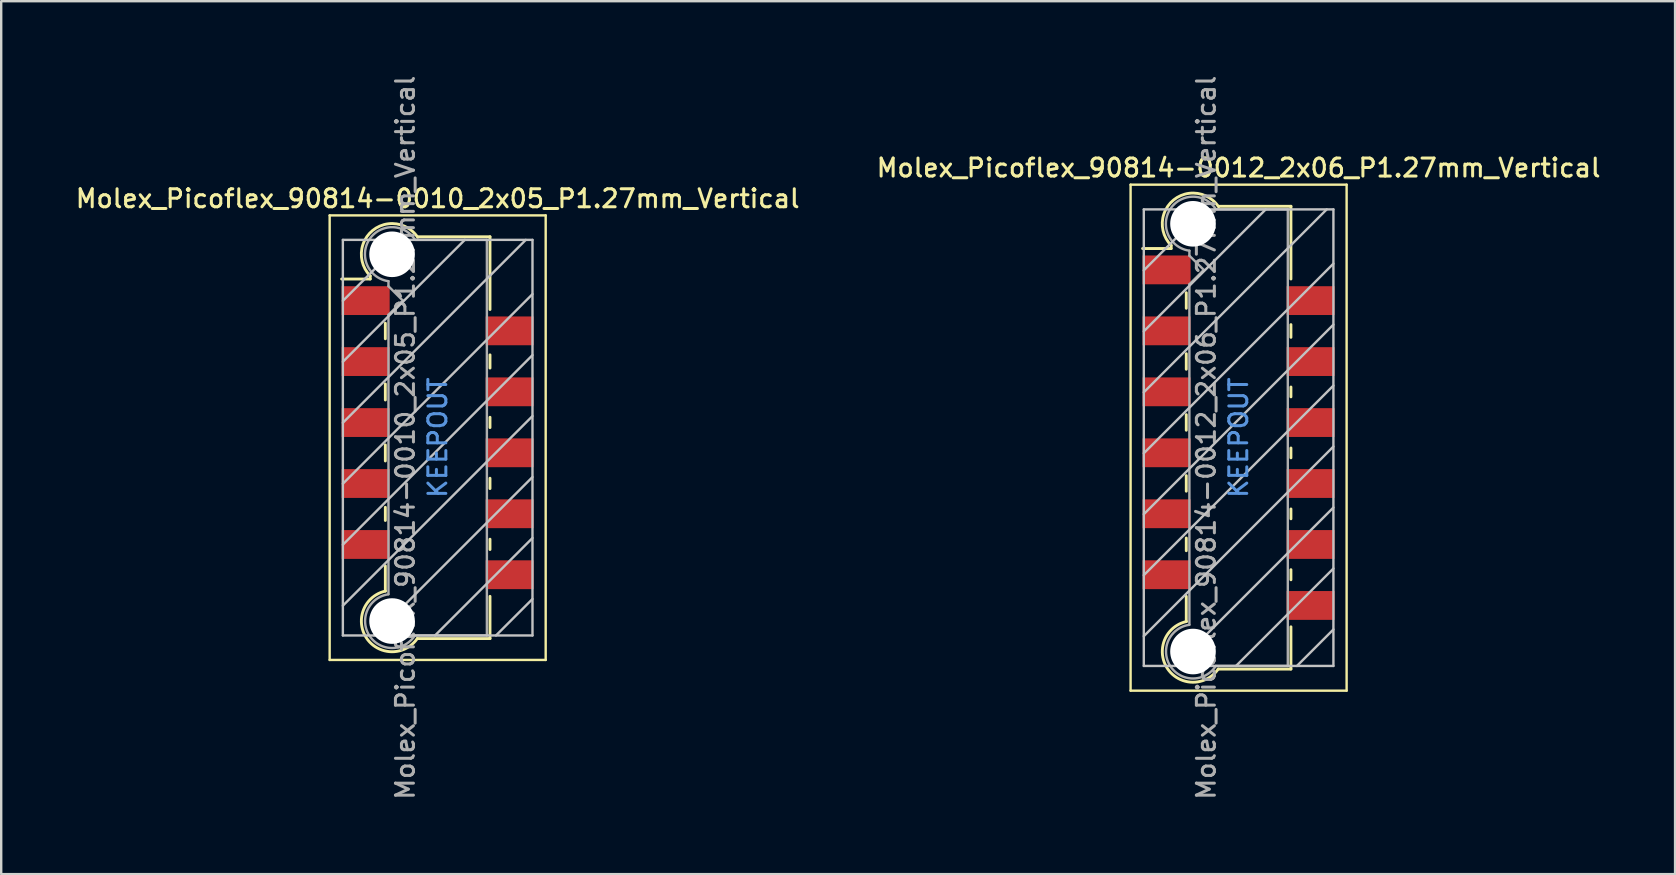
<source format=kicad_pcb>
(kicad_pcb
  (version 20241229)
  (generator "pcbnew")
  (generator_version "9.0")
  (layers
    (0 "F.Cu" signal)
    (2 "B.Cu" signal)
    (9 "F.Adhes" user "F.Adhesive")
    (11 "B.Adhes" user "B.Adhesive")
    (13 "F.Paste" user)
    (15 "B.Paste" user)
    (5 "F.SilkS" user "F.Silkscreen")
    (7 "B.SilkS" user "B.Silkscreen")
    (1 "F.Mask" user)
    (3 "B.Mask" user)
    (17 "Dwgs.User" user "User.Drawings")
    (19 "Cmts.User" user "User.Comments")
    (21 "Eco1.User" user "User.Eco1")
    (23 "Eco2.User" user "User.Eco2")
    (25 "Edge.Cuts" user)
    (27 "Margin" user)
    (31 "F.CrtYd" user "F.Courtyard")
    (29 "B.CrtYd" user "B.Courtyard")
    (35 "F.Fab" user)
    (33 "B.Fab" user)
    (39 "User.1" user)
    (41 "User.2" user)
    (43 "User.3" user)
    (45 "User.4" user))
  (footprint "Molex_Picoflex_90814-0010_2x05_P1.27mm_Vertical"
    (layer "F.Cu")
    (at 15.184 15.184)
    (property "Reference" "Molex_Picoflex_90814-0010_2x05_P1.27mm_Vertical" (at 0 -9.96 0) (layer "F.SilkS") (effects (font (size 0.75 0.75) (thickness 0.125))))
    (attr smd)
    (fp_line (start -4.5 -9.26) (end -4.5 9.26) (stroke (width 0.1) (type solid)) (layer "F.SilkS"))
    (fp_line (start -4.5 9.26) (end 4.5 9.26) (stroke (width 0.1) (type solid)) (layer "F.SilkS"))
    (fp_line (start -2.81 -6.74) (end -2.81 -6.61) (stroke (width 0.12) (type solid)) (layer "F.SilkS"))
    (fp_line (start -2.81 -6.61) (end -4 -6.61) (stroke (width 0.12) (type solid)) (layer "F.SilkS"))
    (fp_line (start -2.18 -4.12) (end -2.18 -4.77) (stroke (width 0.12) (type solid)) (layer "F.SilkS"))
    (fp_line (start -2.18 -1.57) (end -2.18 -2.24) (stroke (width 0.12) (type solid)) (layer "F.SilkS"))
    (fp_line (start -2.18 0.97) (end -2.18 0.3) (stroke (width 0.12) (type solid)) (layer "F.SilkS"))
    (fp_line (start -2.18 3.45) (end -2.18 2.9) (stroke (width 0.12) (type solid)) (layer "F.SilkS"))
    (fp_line (start -2.18 6.39) (end -2.18 5.34) (stroke (width 0.12) (type solid)) (layer "F.SilkS"))
    (fp_line (start 2.18 -8.37) (end -0.82 -8.37) (stroke (width 0.12) (type solid)) (layer "F.SilkS"))
    (fp_line (start 2.18 -8.37) (end 2.18 -5.34) (stroke (width 0.12) (type solid)) (layer "F.SilkS"))
    (fp_line (start 2.18 -3.45) (end 2.18 -2.9) (stroke (width 0.12) (type solid)) (layer "F.SilkS"))
    (fp_line (start 2.18 -0.85) (end 2.18 -0.42) (stroke (width 0.12) (type solid)) (layer "F.SilkS"))
    (fp_line (start 2.18 1.69) (end 2.18 2.12) (stroke (width 0.12) (type solid)) (layer "F.SilkS"))
    (fp_line (start 2.18 4.23) (end 2.18 4.66) (stroke (width 0.12) (type solid)) (layer "F.SilkS"))
    (fp_line (start 2.18 6.61) (end 2.18 8.37) (stroke (width 0.12) (type solid)) (layer "F.SilkS"))
    (fp_line (start 2.18 8.37) (end -0.85 8.37) (stroke (width 0.12) (type solid)) (layer "F.SilkS"))
    (fp_line (start 4.5 -9.26) (end -4.5 -9.26) (stroke (width 0.1) (type solid)) (layer "F.SilkS"))
    (fp_line (start 4.5 9.26) (end 4.5 -9.26) (stroke (width 0.1) (type solid)) (layer "F.SilkS"))
    (fp_arc (start -2.81 -6.74) (mid -2.708637 -8.632072) (end -0.834991 -8.349828) (stroke (width 0.12) (type solid)) (layer "F.SilkS"))
    (fp_arc (start -0.85 8.37) (mid -2.962791 8.351248) (end -2.174424 6.390964) (stroke (width 0.12) (type solid)) (layer "F.SilkS"))
    (fp_line (start -3.95 -8.24) (end -3.95 8.24) (stroke (width 0.1) (type solid)) (layer "Dwgs.User"))
    (fp_line (start -3.95 -5.7) (end -1.41 -8.24) (stroke (width 0.1) (type solid)) (layer "Dwgs.User"))
    (fp_line (start -3.95 -3.16) (end 1.13 -8.24) (stroke (width 0.1) (type solid)) (layer "Dwgs.User"))
    (fp_line (start -3.95 -0.62) (end 3.67 -8.24) (stroke (width 0.1) (type solid)) (layer "Dwgs.User"))
    (fp_line (start -3.95 1.92) (end 3.95 -5.98) (stroke (width 0.1) (type solid)) (layer "Dwgs.User"))
    (fp_line (start -3.95 4.46) (end 3.95 -3.44) (stroke (width 0.1) (type solid)) (layer "Dwgs.User"))
    (fp_line (start -3.95 7) (end 3.95 -0.9) (stroke (width 0.1) (type solid)) (layer "Dwgs.User"))
    (fp_line (start -3.95 8.24) (end 3.95 8.24) (stroke (width 0.1) (type solid)) (layer "Dwgs.User"))
    (fp_line (start -2.65 8.24) (end 3.95 1.64) (stroke (width 0.1) (type solid)) (layer "Dwgs.User"))
    (fp_line (start -0.11 8.24) (end 3.95 4.18) (stroke (width 0.1) (type solid)) (layer "Dwgs.User"))
    (fp_line (start 2.43 8.24) (end 3.95 6.72) (stroke (width 0.1) (type solid)) (layer "Dwgs.User"))
    (fp_line (start 3.95 -8.24) (end -3.95 -8.24) (stroke (width 0.1) (type solid)) (layer "Dwgs.User"))
    (fp_line (start 3.95 8.24) (end 3.95 -8.24) (stroke (width 0.1) (type solid)) (layer "Dwgs.User"))
    (fp_line (start -2.05 -6.31) (end -2.05 -6.52) (stroke (width 0.1) (type solid)) (layer "F.Fab"))
    (fp_line (start -2.05 -5.12) (end -1.45 -5.71) (stroke (width 0.1) (type solid)) (layer "F.Fab"))
    (fp_line (start -2.05 6.52) (end -2.05 -5.12) (stroke (width 0.1) (type solid)) (layer "F.Fab"))
    (fp_line (start -1.45 -5.71) (end -2.05 -6.31) (stroke (width 0.1) (type solid)) (layer "F.Fab"))
    (fp_line (start 2.05 -8.24) (end -0.93 -8.24) (stroke (width 0.1) (type solid)) (layer "F.Fab"))
    (fp_line (start 2.05 -8.24) (end 2.05 8.24) (stroke (width 0.1) (type solid)) (layer "F.Fab"))
    (fp_line (start 2.05 8.24) (end -0.95 8.24) (stroke (width 0.1) (type solid)) (layer "F.Fab"))
    (fp_arc (start -2.05 -6.52) (mid -2.851672 -8.249279) (end -0.945612 -8.245015) (stroke (width 0.1) (type solid)) (layer "F.Fab"))
    (fp_arc (start -0.95 8.24) (mid -2.845272 8.247422) (end -2.051022 6.526585) (stroke (width 0.1) (type solid)) (layer "F.Fab"))
    (fp_text user "KEEPOUT" (at 0 0 90) (layer "Cmts.User") (effects (font (size 0.75 0.75) (thickness 0.125))))
    (fp_text user "${REFERENCE}" (at -1.35 0 90) (layer "F.Fab") (effects (font (size 0.75 0.75) (thickness 0.125))))
    (pad "" np_thru_hole circle (at -1.9 -7.64) (size 1.9 1.9) (drill 1.9) (layers "*.Cu" "*.Mask"))
    (pad "" np_thru_hole circle (at -1.9 7.64) (size 1.9 1.9) (drill 1.9) (layers "*.Cu" "*.Mask"))
    (pad "1" smd rect (at -3 -5.71) (size 2 1.2) (layers "F.Cu" "F.Mask" "F.Paste"))
    (pad "2" smd rect (at 3 -4.45) (size 2 1.2) (layers "F.Cu" "F.Mask" "F.Paste"))
    (pad "3" smd rect (at -3 -3.17) (size 2 1.2) (layers "F.Cu" "F.Mask" "F.Paste"))
    (pad "4" smd rect (at 3 -1.91) (size 2 1.2) (layers "F.Cu" "F.Mask" "F.Paste"))
    (pad "5" smd rect (at -3 -0.63) (size 2 1.2) (layers "F.Cu" "F.Mask" "F.Paste"))
    (pad "6" smd rect (at 3 0.63) (size 2 1.2) (layers "F.Cu" "F.Mask" "F.Paste"))
    (pad "7" smd rect (at -3 1.91) (size 2 1.2) (layers "F.Cu" "F.Mask" "F.Paste"))
    (pad "8" smd rect (at 3 3.17) (size 2 1.2) (layers "F.Cu" "F.Mask" "F.Paste"))
    (pad "9" smd rect (at -3 4.45) (size 2 1.2) (layers "F.Cu" "F.Mask" "F.Paste"))
    (pad "10" smd rect (at 3 5.71) (size 2 1.2) (layers "F.Cu" "F.Mask" "F.Paste")))
  (footprint "Molex_Picoflex_90814-0012_2x06_P1.27mm_Vertical"
    (layer "F.Cu")
    (at 48.552 15.184)
    (property "Reference" "Molex_Picoflex_90814-0012_2x06_P1.27mm_Vertical" (at 0 -11.24 0) (layer "F.SilkS") (effects (font (size 0.75 0.75) (thickness 0.125))))
    (attr smd)
    (fp_line (start -4.5 -10.54) (end -4.5 10.54) (stroke (width 0.1) (type solid)) (layer "F.SilkS"))
    (fp_line (start -4.5 10.54) (end 4.5 10.54) (stroke (width 0.1) (type solid)) (layer "F.SilkS"))
    (fp_line (start -2.81 -8.01) (end -2.81 -7.88) (stroke (width 0.12) (type solid)) (layer "F.SilkS"))
    (fp_line (start -2.81 -7.88) (end -4 -7.88) (stroke (width 0.12) (type solid)) (layer "F.SilkS"))
    (fp_line (start -2.18 -5.39) (end -2.18 -6.04) (stroke (width 0.12) (type solid)) (layer "F.SilkS"))
    (fp_line (start -2.18 -2.85) (end -2.18 -3.5) (stroke (width 0.12) (type solid)) (layer "F.SilkS"))
    (fp_line (start -2.18 -0.31) (end -2.18 -0.96) (stroke (width 0.12) (type solid)) (layer "F.SilkS"))
    (fp_line (start -2.18 2.23) (end -2.18 1.58) (stroke (width 0.12) (type solid)) (layer "F.SilkS"))
    (fp_line (start -2.18 4.71) (end -2.18 4.18) (stroke (width 0.12) (type solid)) (layer "F.SilkS"))
    (fp_line (start -2.18 7.66) (end -2.18 6.61) (stroke (width 0.12) (type solid)) (layer "F.SilkS"))
    (fp_line (start 2.18 -9.64) (end -0.82 -9.64) (stroke (width 0.12) (type solid)) (layer "F.SilkS"))
    (fp_line (start 2.18 -9.64) (end 2.18 -6.61) (stroke (width 0.12) (type solid)) (layer "F.SilkS"))
    (fp_line (start 2.18 -4.71) (end 2.18 -4.18) (stroke (width 0.12) (type solid)) (layer "F.SilkS"))
    (fp_line (start 2.18 -2.11) (end 2.18 -1.7) (stroke (width 0.12) (type solid)) (layer "F.SilkS"))
    (fp_line (start 2.18 0.43) (end 2.18 0.84) (stroke (width 0.12) (type solid)) (layer "F.SilkS"))
    (fp_line (start 2.18 2.97) (end 2.18 3.38) (stroke (width 0.12) (type solid)) (layer "F.SilkS"))
    (fp_line (start 2.18 5.5) (end 2.18 5.92) (stroke (width 0.12) (type solid)) (layer "F.SilkS"))
    (fp_line (start 2.18 7.88) (end 2.18 9.64) (stroke (width 0.12) (type solid)) (layer "F.SilkS"))
    (fp_line (start 2.18 9.64) (end -0.85 9.64) (stroke (width 0.12) (type solid)) (layer "F.SilkS"))
    (fp_line (start 4.5 -10.54) (end -4.5 -10.54) (stroke (width 0.1) (type solid)) (layer "F.SilkS"))
    (fp_line (start 4.5 10.54) (end 4.5 -10.54) (stroke (width 0.1) (type solid)) (layer "F.SilkS"))
    (fp_arc (start -2.81 -8.01) (mid -2.708637 -9.902072) (end -0.834991 -9.619828) (stroke (width 0.12) (type solid)) (layer "F.SilkS"))
    (fp_arc (start -0.85 9.64) (mid -2.962791 9.621248) (end -2.174424 7.660964) (stroke (width 0.12) (type solid)) (layer "F.SilkS"))
    (fp_line (start -3.95 -9.51) (end -3.95 9.51) (stroke (width 0.1) (type solid)) (layer "Dwgs.User"))
    (fp_line (start -3.95 -6.97) (end -1.41 -9.51) (stroke (width 0.1) (type solid)) (layer "Dwgs.User"))
    (fp_line (start -3.95 -4.43) (end 1.13 -9.51) (stroke (width 0.1) (type solid)) (layer "Dwgs.User"))
    (fp_line (start -3.95 -1.89) (end 3.67 -9.51) (stroke (width 0.1) (type solid)) (layer "Dwgs.User"))
    (fp_line (start -3.95 0.65) (end 3.95 -7.25) (stroke (width 0.1) (type solid)) (layer "Dwgs.User"))
    (fp_line (start -3.95 3.19) (end 3.95 -4.71) (stroke (width 0.1) (type solid)) (layer "Dwgs.User"))
    (fp_line (start -3.95 5.73) (end 3.95 -2.17) (stroke (width 0.1) (type solid)) (layer "Dwgs.User"))
    (fp_line (start -3.95 8.27) (end 3.95 0.37) (stroke (width 0.1) (type solid)) (layer "Dwgs.User"))
    (fp_line (start -3.95 9.51) (end 3.95 9.51) (stroke (width 0.1) (type solid)) (layer "Dwgs.User"))
    (fp_line (start -2.65 9.51) (end 3.95 2.91) (stroke (width 0.1) (type solid)) (layer "Dwgs.User"))
    (fp_line (start -0.11 9.51) (end 3.95 5.45) (stroke (width 0.1) (type solid)) (layer "Dwgs.User"))
    (fp_line (start 2.43 9.51) (end 3.95 7.99) (stroke (width 0.1) (type solid)) (layer "Dwgs.User"))
    (fp_line (start 3.95 -9.51) (end -3.95 -9.51) (stroke (width 0.1) (type solid)) (layer "Dwgs.User"))
    (fp_line (start 3.95 9.51) (end 3.95 -9.51) (stroke (width 0.1) (type solid)) (layer "Dwgs.User"))
    (fp_line (start -2.05 -7.58) (end -2.05 -7.79) (stroke (width 0.1) (type solid)) (layer "F.Fab"))
    (fp_line (start -2.05 -6.39) (end -1.45 -6.99) (stroke (width 0.1) (type solid)) (layer "F.Fab"))
    (fp_line (start -2.05 7.79) (end -2.05 -6.39) (stroke (width 0.1) (type solid)) (layer "F.Fab"))
    (fp_line (start -1.45 -6.99) (end -2.05 -7.58) (stroke (width 0.1) (type solid)) (layer "F.Fab"))
    (fp_line (start 2.05 -9.51) (end -0.93 -9.51) (stroke (width 0.1) (type solid)) (layer "F.Fab"))
    (fp_line (start 2.05 -9.51) (end 2.05 9.51) (stroke (width 0.1) (type solid)) (layer "F.Fab"))
    (fp_line (start 2.05 9.51) (end -0.95 9.51) (stroke (width 0.1) (type solid)) (layer "F.Fab"))
    (fp_arc (start -2.05 -7.79) (mid -2.851672 -9.519279) (end -0.945612 -9.515015) (stroke (width 0.1) (type solid)) (layer "F.Fab"))
    (fp_arc (start -0.95 9.51) (mid -2.845272 9.517422) (end -2.051022 7.796585) (stroke (width 0.1) (type solid)) (layer "F.Fab"))
    (fp_text user "KEEPOUT" (at 0 0 90) (layer "Cmts.User") (effects (font (size 0.75 0.75) (thickness 0.125))))
    (fp_text user "${REFERENCE}" (at -1.35 0 90) (layer "F.Fab") (effects (font (size 0.75 0.75) (thickness 0.125))))
    (pad "" np_thru_hole circle (at -1.9 -8.91) (size 1.9 1.9) (drill 1.9) (layers "*.Cu" "*.Mask"))
    (pad "" np_thru_hole circle (at -1.9 8.91) (size 1.9 1.9) (drill 1.9) (layers "*.Cu" "*.Mask"))
    (pad "1" smd rect (at -3 -6.99) (size 2 1.2) (layers "F.Cu" "F.Mask" "F.Paste"))
    (pad "2" smd rect (at 3 -5.71) (size 2 1.2) (layers "F.Cu" "F.Mask" "F.Paste"))
    (pad "3" smd rect (at -3 -4.45) (size 2 1.2) (layers "F.Cu" "F.Mask" "F.Paste"))
    (pad "4" smd rect (at 3 -3.17) (size 2 1.2) (layers "F.Cu" "F.Mask" "F.Paste"))
    (pad "5" smd rect (at -3 -1.91) (size 2 1.2) (layers "F.Cu" "F.Mask" "F.Paste"))
    (pad "6" smd rect (at 3 -0.63) (size 2 1.2) (layers "F.Cu" "F.Mask" "F.Paste"))
    (pad "7" smd rect (at -3 0.63) (size 2 1.2) (layers "F.Cu" "F.Mask" "F.Paste"))
    (pad "8" smd rect (at 3 1.91) (size 2 1.2) (layers "F.Cu" "F.Mask" "F.Paste"))
    (pad "9" smd rect (at -3 3.17) (size 2 1.2) (layers "F.Cu" "F.Mask" "F.Paste"))
    (pad "10" smd rect (at 3 4.45) (size 2 1.2) (layers "F.Cu" "F.Mask" "F.Paste"))
    (pad "11" smd rect (at -3 5.71) (size 2 1.2) (layers "F.Cu" "F.Mask" "F.Paste"))
    (pad "12" smd rect (at 3 6.99) (size 2 1.2) (layers "F.Cu" "F.Mask" "F.Paste")))
  (gr_rect
    (start -3 -3)
    (end 66.736 33.368)
    (stroke (width 0.1) (type default))
    (fill no)
    (layer "Edge.Cuts")))
</source>
